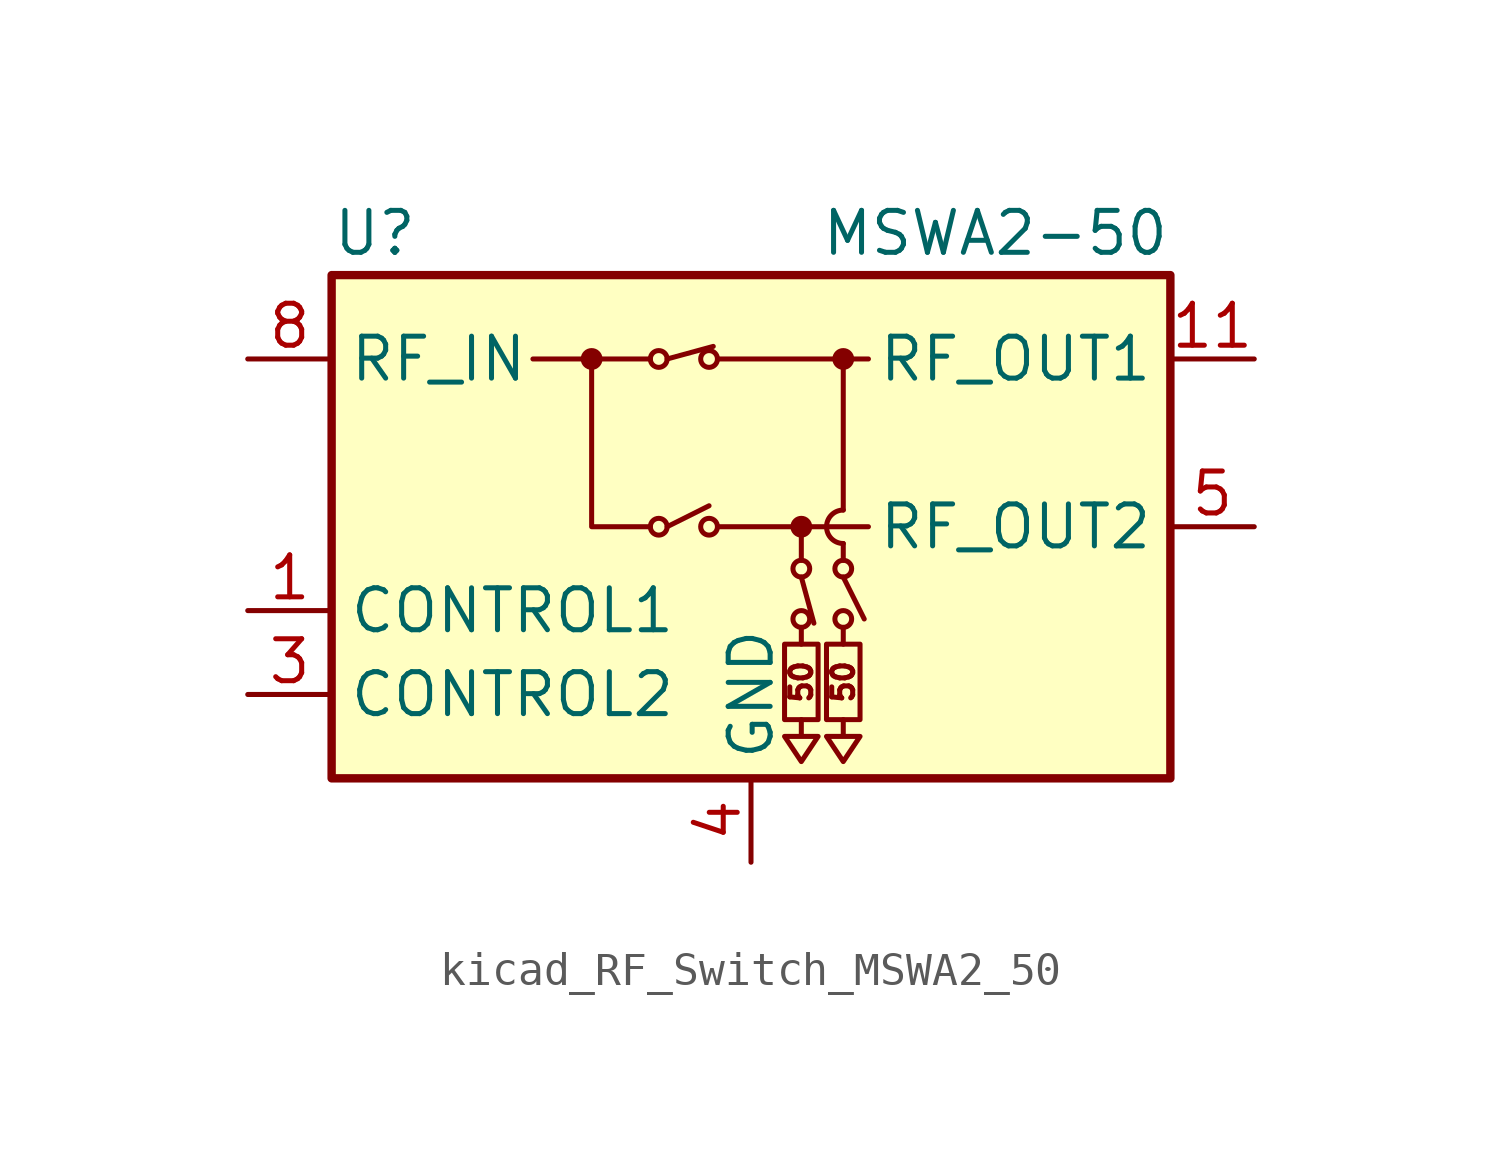
<source format=kicad_sym>
(kicad_symbol_lib
  (version 20220914)
  (generator kicad_symbol_editor)
  (symbol "kicad_RF_Switch_MSWA2_50"
    (property "Reference" "U"
      (at -12.7 8.89 0)
      (effects (font (size 1.27 1.27)) (justify left)))
    (property "Value" "MSWA2-50"
      (at 12.7 8.89 0)
      (effects (font (size 1.27 1.27)) (justify right)))
    (symbol "kicad_RF_Switch_MSWA2_50_0_0"
      (text "50" (at 1.524 -4.699 900) (effects (font (size 0.635 0.635))))
      (text "50" (at 2.794 -4.699 900) (effects (font (size 0.635 0.635)))))
    (symbol "kicad_RF_Switch_MSWA2_50_0_1"
      (rectangle (start -12.7 7.62) (end 12.7 -7.62) (stroke (width 0.254) (type default)) (fill (type background)))
      (circle (center -4.826 5.08) (radius 0.254) (stroke (width 0) (type default)) (fill (type outline)))
      (circle (center -2.794 0) (radius 0.254) (stroke (width 0) (type default)) (fill (type none)))
      (circle (center -2.794 5.08) (radius 0.254) (stroke (width 0) (type default)) (fill (type none)))
      (circle (center -1.27 0) (radius 0.254) (stroke (width 0) (type default)) (fill (type none)))
      (circle (center -1.27 5.08) (radius 0.254) (stroke (width 0) (type default)) (fill (type none)))
      (polyline (pts (xy -3.048 5.08) (xy -6.604 5.08)) (stroke (width 0) (type default)) (fill (type none)))
      (polyline (pts (xy -2.54 0) (xy -1.27 0.635)) (stroke (width 0) (type default)) (fill (type none)))
      (polyline (pts (xy -2.54 5.08) (xy -1.143 5.461)) (stroke (width 0) (type default)) (fill (type none)))
      (polyline (pts (xy -1.016 0) (xy 3.556 0)) (stroke (width 0) (type default)) (fill (type none)))
      (polyline (pts (xy -1.016 5.08) (xy 3.556 5.08)) (stroke (width 0) (type default)) (fill (type none)))
      (polyline (pts (xy 1.524 -3.048) (xy 1.524 -3.556)) (stroke (width 0) (type default)) (fill (type none)))
      (polyline (pts (xy 1.524 -1.524) (xy 1.905 -2.921)) (stroke (width 0) (type default)) (fill (type none)))
      (polyline (pts (xy 1.524 -1.016) (xy 1.524 0)) (stroke (width 0) (type default)) (fill (type none)))
      (polyline (pts (xy 2.794 -3.048) (xy 2.794 -3.556)) (stroke (width 0) (type default)) (fill (type none)))
      (polyline (pts (xy 2.794 -1.524) (xy 3.429 -2.794)) (stroke (width 0) (type default)) (fill (type none)))
      (polyline (pts (xy 2.794 -0.508) (xy 2.794 -1.016)) (stroke (width 0) (type default)) (fill (type none)))
      (polyline (pts (xy 2.794 5.08) (xy 2.794 0.508)) (stroke (width 0) (type default)) (fill (type none)))
      (polyline (pts (xy -4.826 5.08) (xy -4.826 0) (xy -3.048 0)) (stroke (width 0) (type default)) (fill (type none)))
      (polyline (pts (xy 1.524 -5.842) (xy 1.524 -6.35) (xy 1.016 -6.35) (xy 1.524 -7.112) (xy 2.032 -6.35) (xy 1.524 -6.35)) (stroke (width 0) (type default)) (fill (type none)))
      (polyline (pts (xy 2.794 -5.842) (xy 2.794 -6.35) (xy 2.286 -6.35) (xy 2.794 -7.112) (xy 3.302 -6.35) (xy 2.794 -6.35)) (stroke (width 0) (type default)) (fill (type none)))
      (rectangle (start 1.016 -3.556) (end 2.032 -5.842) (stroke (width 0) (type default)) (fill (type none)))
      (circle (center 1.524 -2.794) (radius 0.254) (stroke (width 0) (type default)) (fill (type none)))
      (circle (center 1.524 -1.27) (radius 0.254) (stroke (width 0) (type default)) (fill (type none)))
      (circle (center 1.524 0) (radius 0.254) (stroke (width 0) (type default)) (fill (type outline)))
      (rectangle (start 2.286 -3.556) (end 3.302 -5.842) (stroke (width 0) (type default)) (fill (type none)))
      (circle (center 2.794 -2.794) (radius 0.254) (stroke (width 0) (type default)) (fill (type none)))
      (circle (center 2.794 -1.27) (radius 0.254) (stroke (width 0) (type default)) (fill (type none)))
      (arc (start 2.794 0.508) (mid 2.2882 0) (end 2.794 -0.508) (stroke (width 0) (type default)) (fill (type none)))
      (circle (center 2.794 5.08) (radius 0.254) (stroke (width 0) (type default)) (fill (type outline))))
    (symbol "kicad_RF_Switch_MSWA2_50_1_1"
      (pin input line (at -15.24 -2.54 0) (length 2.54) (name "CONTROL1" (effects (font (size 1.27 1.27)))) (number "1" (effects (font (size 1.27 1.27)))))
      (pin passive line (at 0 -10.16 90) (length 2.54) hide (name "GND" (effects (font (size 1.27 1.27)))) (number "10" (effects (font (size 1.27 1.27)))))
      (pin passive line (at 15.24 5.08 180) (length 2.54) (name "RF_OUT1" (effects (font (size 1.27 1.27)))) (number "11" (effects (font (size 1.27 1.27)))))
      (pin passive line (at 0 -10.16 90) (length 2.54) hide (name "GND" (effects (font (size 1.27 1.27)))) (number "12" (effects (font (size 1.27 1.27)))))
      (pin passive line (at 0 -10.16 90) (length 2.54) hide (name "GND" (effects (font (size 1.27 1.27)))) (number "13" (effects (font (size 1.27 1.27)))))
      (pin no_connect line (at 12.7 -5.08 180) (length 2.54) hide (name "NC" (effects (font (size 1.27 1.27)))) (number "2" (effects (font (size 1.27 1.27)))))
      (pin input line (at -15.24 -5.08 0) (length 2.54) (name "CONTROL2" (effects (font (size 1.27 1.27)))) (number "3" (effects (font (size 1.27 1.27)))))
      (pin power_in line (at 0 -10.16 90) (length 2.54) (name "GND" (effects (font (size 1.27 1.27)))) (number "4" (effects (font (size 1.27 1.27)))))
      (pin passive line (at 15.24 0 180) (length 2.54) (name "RF_OUT2" (effects (font (size 1.27 1.27)))) (number "5" (effects (font (size 1.27 1.27)))))
      (pin passive line (at 0 -10.16 90) (length 2.54) hide (name "GND" (effects (font (size 1.27 1.27)))) (number "6" (effects (font (size 1.27 1.27)))))
      (pin passive line (at 0 -10.16 90) (length 2.54) hide (name "GND" (effects (font (size 1.27 1.27)))) (number "7" (effects (font (size 1.27 1.27)))))
      (pin passive line (at -15.24 5.08 0) (length 2.54) (name "RF_IN" (effects (font (size 1.27 1.27)))) (number "8" (effects (font (size 1.27 1.27)))))
      (pin passive line (at 0 -10.16 90) (length 2.54) hide (name "GND" (effects (font (size 1.27 1.27)))) (number "9" (effects (font (size 1.27 1.27))))))))
</source>
